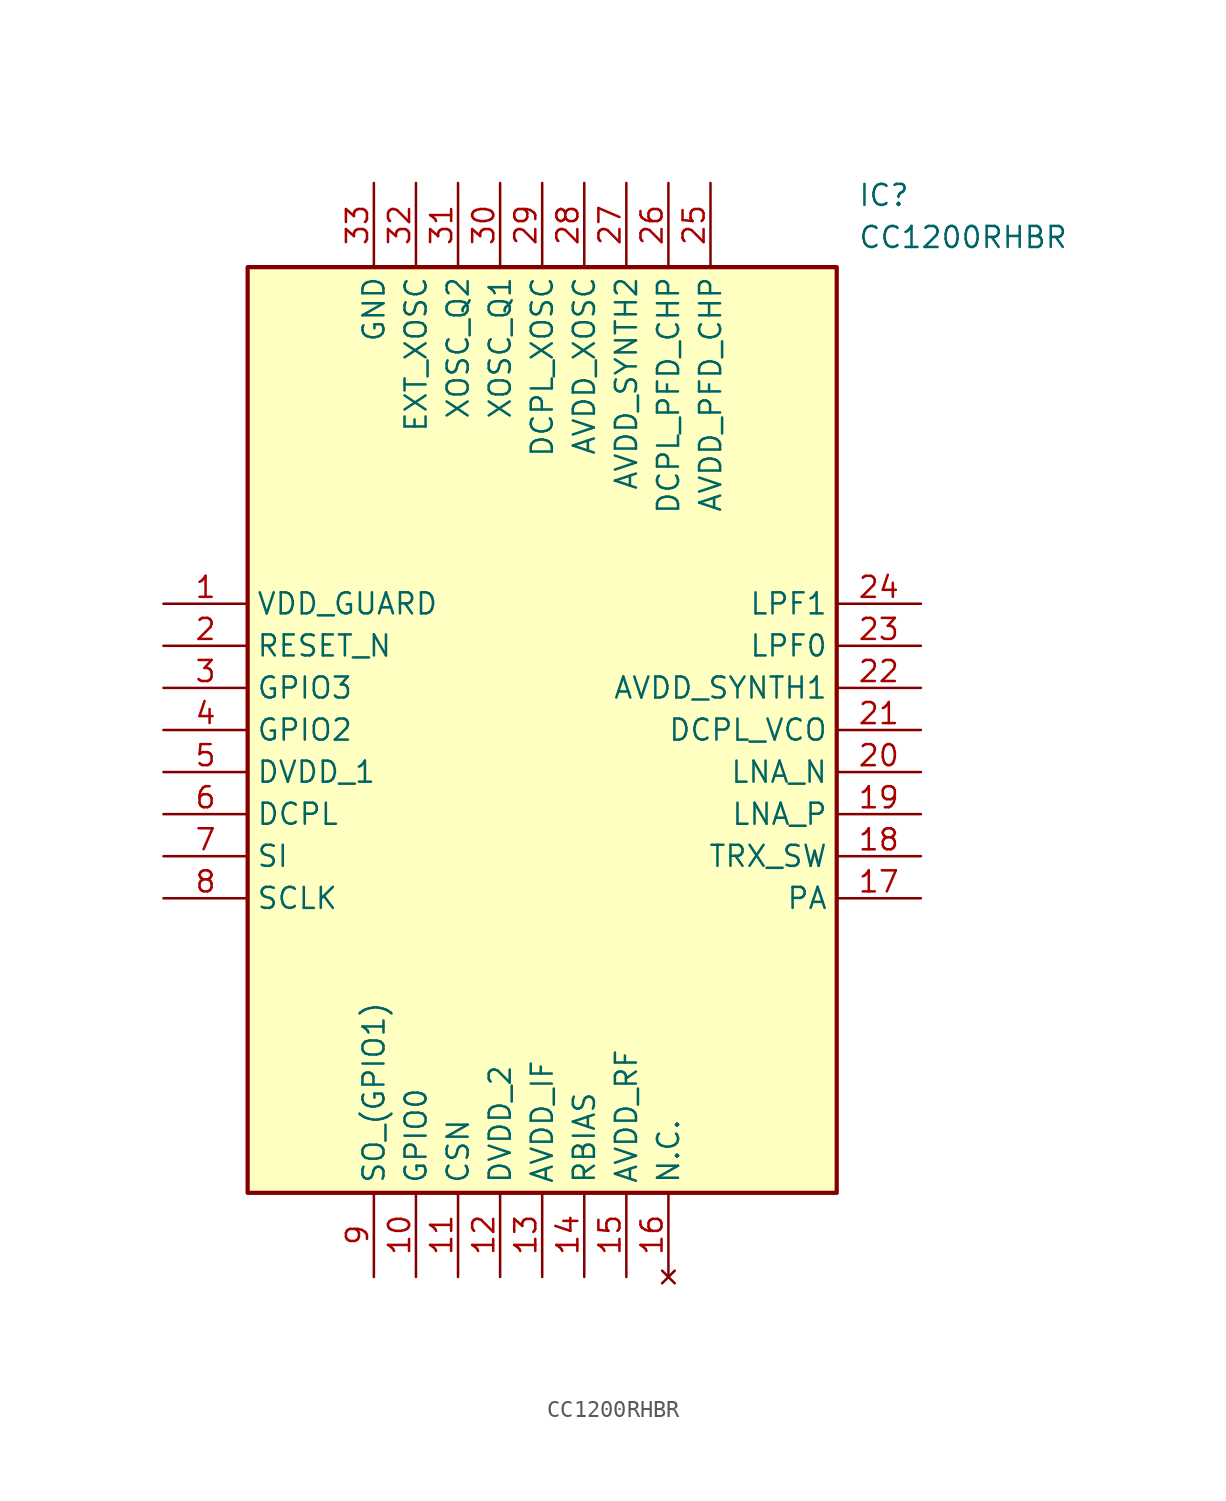
<source format=kicad_sym>
(kicad_symbol_lib
  (version 20220914)
  (generator kicad_symbol_editor)
  (symbol "CC1200RHBR"
    (property "Reference" "IC"
      (at 41.91 25.4 0)
      (effects (font (size 1.27 1.27)) (justify left top)))
    (property "Value" "CC1200RHBR"
      (at 41.91 22.86 0)
      (effects (font (size 1.27 1.27)) (justify left top)))
    (symbol "CC1200RHBR_1_1"
      (rectangle (start 5.08 20.32) (end 40.64 -35.56) (stroke (width 0.254) (type default)) (fill (type background)))
      (pin passive line (at 0 0 0) (length 5.08) (name "VDD_GUARD" (effects (font (size 1.27 1.27)))) (number "1" (effects (font (size 1.27 1.27)))))
      (pin passive line (at 15.24 -40.64 90) (length 5.08) (name "GPIO0" (effects (font (size 1.27 1.27)))) (number "10" (effects (font (size 1.27 1.27)))))
      (pin passive line (at 17.78 -40.64 90) (length 5.08) (name "CSN" (effects (font (size 1.27 1.27)))) (number "11" (effects (font (size 1.27 1.27)))))
      (pin passive line (at 20.32 -40.64 90) (length 5.08) (name "DVDD_2" (effects (font (size 1.27 1.27)))) (number "12" (effects (font (size 1.27 1.27)))))
      (pin passive line (at 22.86 -40.64 90) (length 5.08) (name "AVDD_IF" (effects (font (size 1.27 1.27)))) (number "13" (effects (font (size 1.27 1.27)))))
      (pin passive line (at 25.4 -40.64 90) (length 5.08) (name "RBIAS" (effects (font (size 1.27 1.27)))) (number "14" (effects (font (size 1.27 1.27)))))
      (pin passive line (at 27.94 -40.64 90) (length 5.08) (name "AVDD_RF" (effects (font (size 1.27 1.27)))) (number "15" (effects (font (size 1.27 1.27)))))
      (pin no_connect line (at 30.48 -40.64 90) (length 5.08) (name "N.C." (effects (font (size 1.27 1.27)))) (number "16" (effects (font (size 1.27 1.27)))))
      (pin passive line (at 45.72 -17.78 180) (length 5.08) (name "PA" (effects (font (size 1.27 1.27)))) (number "17" (effects (font (size 1.27 1.27)))))
      (pin passive line (at 45.72 -15.24 180) (length 5.08) (name "TRX_SW" (effects (font (size 1.27 1.27)))) (number "18" (effects (font (size 1.27 1.27)))))
      (pin passive line (at 45.72 -12.7 180) (length 5.08) (name "LNA_P" (effects (font (size 1.27 1.27)))) (number "19" (effects (font (size 1.27 1.27)))))
      (pin passive line (at 0 -2.54 0) (length 5.08) (name "RESET_N" (effects (font (size 1.27 1.27)))) (number "2" (effects (font (size 1.27 1.27)))))
      (pin passive line (at 45.72 -10.16 180) (length 5.08) (name "LNA_N" (effects (font (size 1.27 1.27)))) (number "20" (effects (font (size 1.27 1.27)))))
      (pin passive line (at 45.72 -7.62 180) (length 5.08) (name "DCPL_VCO" (effects (font (size 1.27 1.27)))) (number "21" (effects (font (size 1.27 1.27)))))
      (pin passive line (at 45.72 -5.08 180) (length 5.08) (name "AVDD_SYNTH1" (effects (font (size 1.27 1.27)))) (number "22" (effects (font (size 1.27 1.27)))))
      (pin passive line (at 45.72 -2.54 180) (length 5.08) (name "LPF0" (effects (font (size 1.27 1.27)))) (number "23" (effects (font (size 1.27 1.27)))))
      (pin passive line (at 45.72 0 180) (length 5.08) (name "LPF1" (effects (font (size 1.27 1.27)))) (number "24" (effects (font (size 1.27 1.27)))))
      (pin passive line (at 33.02 25.4 270) (length 5.08) (name "AVDD_PFD_CHP" (effects (font (size 1.27 1.27)))) (number "25" (effects (font (size 1.27 1.27)))))
      (pin passive line (at 30.48 25.4 270) (length 5.08) (name "DCPL_PFD_CHP" (effects (font (size 1.27 1.27)))) (number "26" (effects (font (size 1.27 1.27)))))
      (pin passive line (at 27.94 25.4 270) (length 5.08) (name "AVDD_SYNTH2" (effects (font (size 1.27 1.27)))) (number "27" (effects (font (size 1.27 1.27)))))
      (pin passive line (at 25.4 25.4 270) (length 5.08) (name "AVDD_XOSC" (effects (font (size 1.27 1.27)))) (number "28" (effects (font (size 1.27 1.27)))))
      (pin passive line (at 22.86 25.4 270) (length 5.08) (name "DCPL_XOSC" (effects (font (size 1.27 1.27)))) (number "29" (effects (font (size 1.27 1.27)))))
      (pin passive line (at 0 -5.08 0) (length 5.08) (name "GPIO3" (effects (font (size 1.27 1.27)))) (number "3" (effects (font (size 1.27 1.27)))))
      (pin passive line (at 20.32 25.4 270) (length 5.08) (name "XOSC_Q1" (effects (font (size 1.27 1.27)))) (number "30" (effects (font (size 1.27 1.27)))))
      (pin passive line (at 17.78 25.4 270) (length 5.08) (name "XOSC_Q2" (effects (font (size 1.27 1.27)))) (number "31" (effects (font (size 1.27 1.27)))))
      (pin passive line (at 15.24 25.4 270) (length 5.08) (name "EXT_XOSC" (effects (font (size 1.27 1.27)))) (number "32" (effects (font (size 1.27 1.27)))))
      (pin passive line (at 12.7 25.4 270) (length 5.08) (name "GND" (effects (font (size 1.27 1.27)))) (number "33" (effects (font (size 1.27 1.27)))))
      (pin passive line (at 0 -7.62 0) (length 5.08) (name "GPIO2" (effects (font (size 1.27 1.27)))) (number "4" (effects (font (size 1.27 1.27)))))
      (pin passive line (at 0 -10.16 0) (length 5.08) (name "DVDD_1" (effects (font (size 1.27 1.27)))) (number "5" (effects (font (size 1.27 1.27)))))
      (pin passive line (at 0 -12.7 0) (length 5.08) (name "DCPL" (effects (font (size 1.27 1.27)))) (number "6" (effects (font (size 1.27 1.27)))))
      (pin passive line (at 0 -15.24 0) (length 5.08) (name "SI" (effects (font (size 1.27 1.27)))) (number "7" (effects (font (size 1.27 1.27)))))
      (pin passive line (at 0 -17.78 0) (length 5.08) (name "SCLK" (effects (font (size 1.27 1.27)))) (number "8" (effects (font (size 1.27 1.27)))))
      (pin passive line (at 12.7 -40.64 90) (length 5.08) (name "SO_(GPIO1)" (effects (font (size 1.27 1.27)))) (number "9" (effects (font (size 1.27 1.27))))))))
</source>
